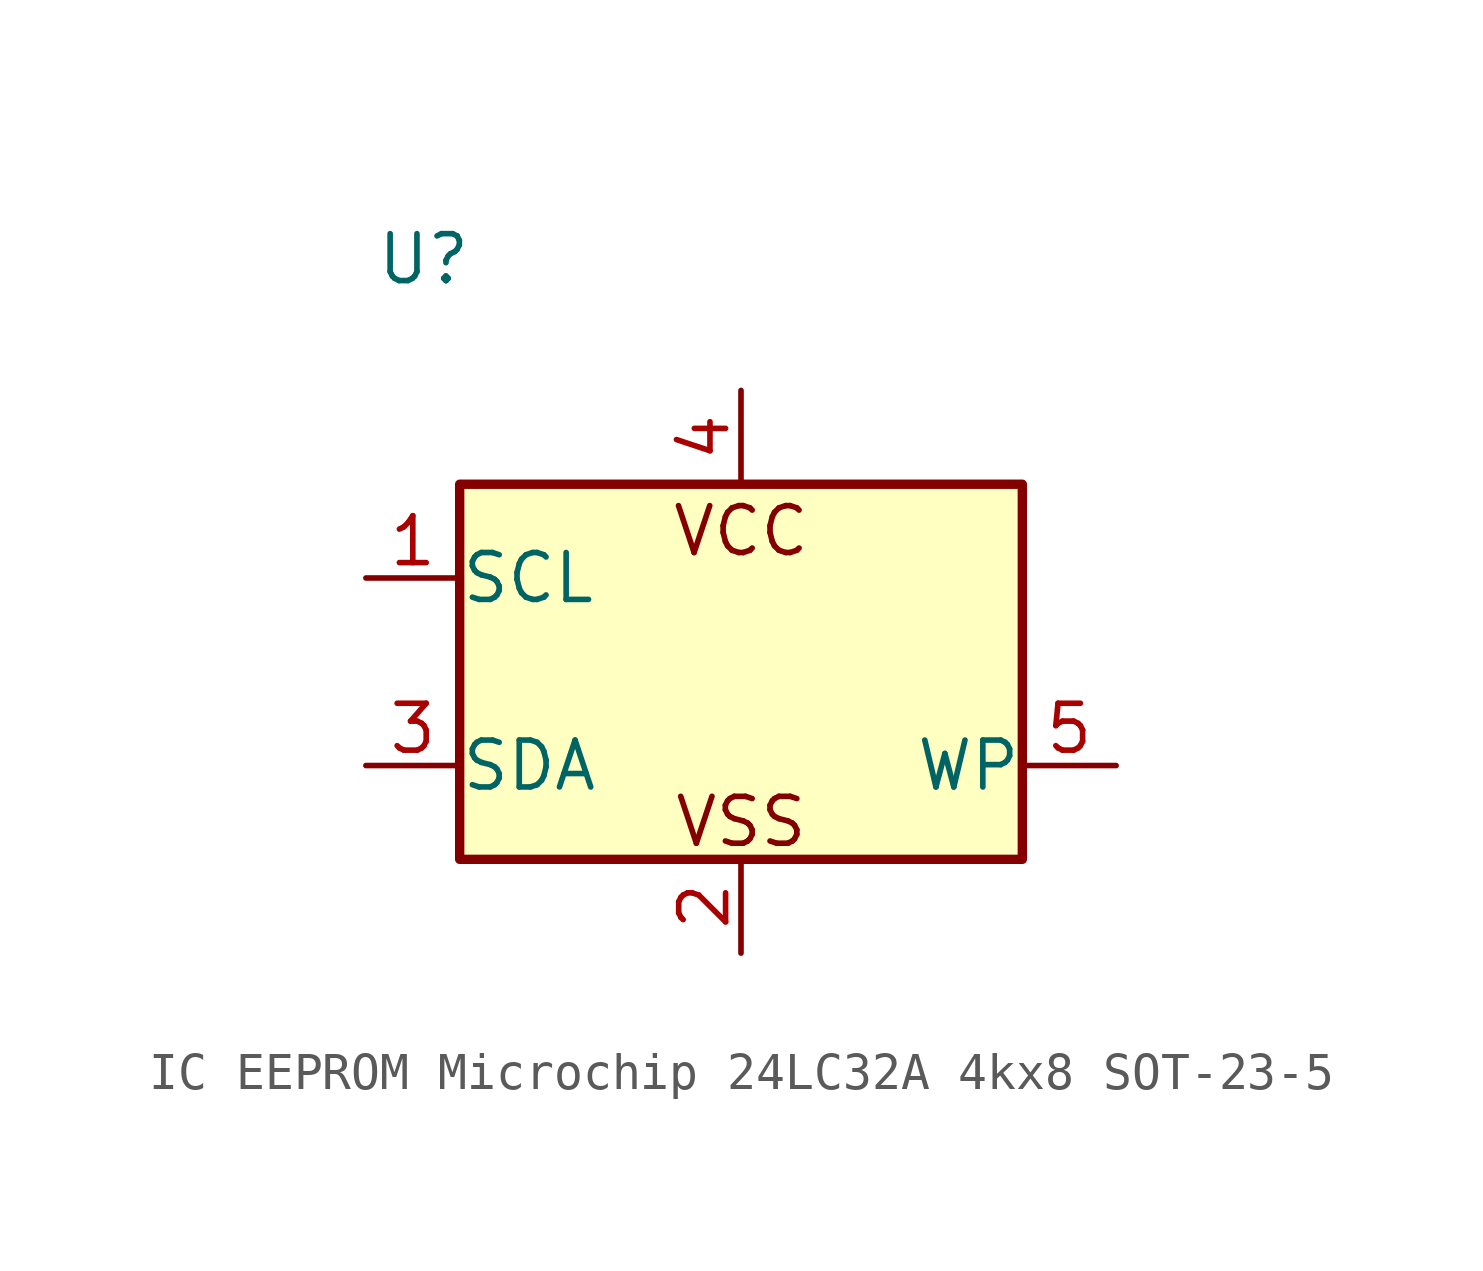
<source format=kicad_sym>
(kicad_symbol_lib
  (version 20241209)
  (generator "kicad_symbol_editor")
  (generator_version "9.0")
  (symbol "IC EEPROM Microchip 24LC32A 4kx8 SOT-23-5"
    (pin_names
      (offset 0.002))
    (property "Reference" "U"
      (at -9.906 11.176 0)
      (effects (font (size 1.27 1.27)) (justify left)))
    (symbol "IC EEPROM Microchip 24LC32A 4kx8 SOT-23-5_1_1"
      (rectangle (start -7.62 5.08) (end 7.62 -5.08) (stroke (width 0.254) (type default)) (fill (type background)))
      (text "VCC" (at 0 3.81 0) (effects (font (size 1.27 1.27))))
      (text "VSS" (at 0 -4.064 0) (effects (font (size 1.27 1.27))))
      (pin input line (at -10.16 2.54 0) (length 2.54) (name "SCL" (effects (font (size 1.27 1.27)))) (number "1" (effects (font (size 1.27 1.27)))))
      (pin bidirectional line (at -10.16 -2.54 0) (length 2.54) (name "SDA" (effects (font (size 1.27 1.27)))) (number "3" (effects (font (size 1.27 1.27)))))
      (pin power_in line (at 0 7.62 270) (length 2.54) (name "~" (effects (font (size 1.27 1.27)))) (number "4" (effects (font (size 1.27 1.27)))))
      (pin power_in line (at 0 -7.62 90) (length 2.54) (name "~" (effects (font (size 1.27 1.27)))) (number "2" (effects (font (size 1.27 1.27)))))
      (pin input line (at 10.16 -2.54 180) (length 2.54) (name "WP" (effects (font (size 1.27 1.27)))) (number "5" (effects (font (size 1.27 1.27))))))))
</source>
